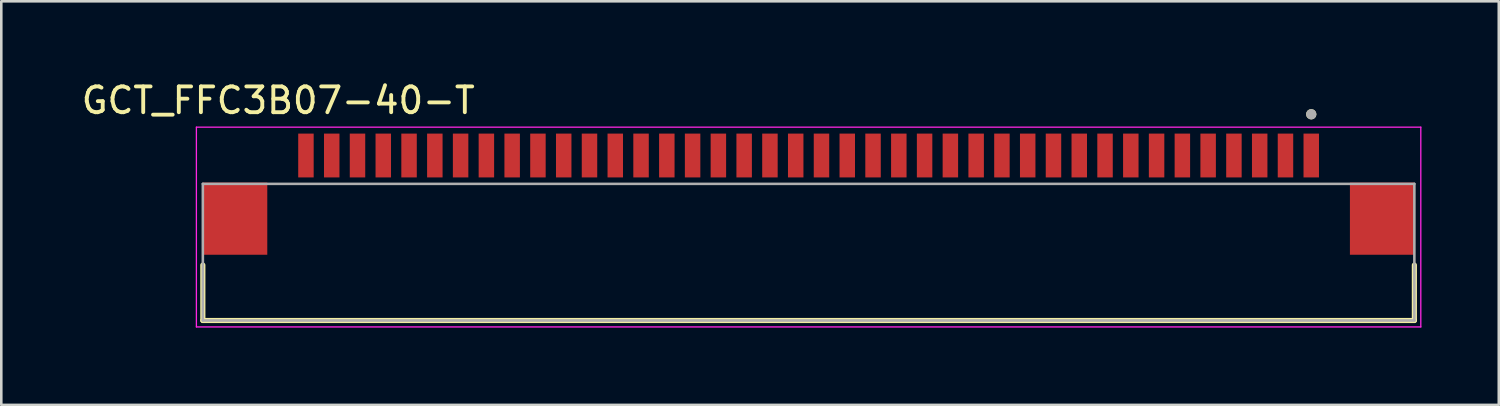
<source format=kicad_pcb>
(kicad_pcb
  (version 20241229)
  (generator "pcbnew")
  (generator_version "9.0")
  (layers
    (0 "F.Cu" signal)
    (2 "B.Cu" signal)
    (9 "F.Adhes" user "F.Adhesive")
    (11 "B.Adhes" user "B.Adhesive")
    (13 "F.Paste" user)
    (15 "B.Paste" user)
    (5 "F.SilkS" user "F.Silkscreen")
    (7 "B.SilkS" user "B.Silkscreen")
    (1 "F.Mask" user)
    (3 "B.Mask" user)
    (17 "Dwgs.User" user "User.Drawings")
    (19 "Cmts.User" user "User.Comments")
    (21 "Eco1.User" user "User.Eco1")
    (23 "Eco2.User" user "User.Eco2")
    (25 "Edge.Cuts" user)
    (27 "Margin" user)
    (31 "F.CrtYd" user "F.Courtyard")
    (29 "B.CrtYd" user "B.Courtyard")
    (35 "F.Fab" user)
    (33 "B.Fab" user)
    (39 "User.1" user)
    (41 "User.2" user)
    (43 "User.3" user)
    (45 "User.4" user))
  (footprint "GCT_FFC3B07-40-T"
    (layer "F.Cu")
    (at 28.319 5.433)
    (property "Reference" "GCT_FFC3B07-40-T" (at -20.575 -4.585 0) (layer "F.SilkS") (effects (font (size 1 1) (thickness 0.15))))
    (attr through_hole)
    (fp_line (start -23.5 1.8) (end -23.5 3.95) (stroke (width 0.2) (type solid)) (layer "F.SilkS"))
    (fp_line (start -23.5 3.95) (end 23.5 3.95) (stroke (width 0.2) (type solid)) (layer "F.SilkS"))
    (fp_line (start 23.5 3.95) (end 23.5 1.8) (stroke (width 0.2) (type solid)) (layer "F.SilkS"))
    (fp_circle (center 19.5 -4.05) (end 19.6 -4.05) (stroke (width 0.2) (type solid)) (fill no) (layer "F.SilkS"))
    (fp_line (start -23.75 -3.55) (end -23.75 4.2) (stroke (width 0.05) (type solid)) (layer "F.CrtYd"))
    (fp_line (start -23.75 4.2) (end 23.75 4.2) (stroke (width 0.05) (type solid)) (layer "F.CrtYd"))
    (fp_line (start 23.75 -3.55) (end -23.75 -3.55) (stroke (width 0.05) (type solid)) (layer "F.CrtYd"))
    (fp_line (start 23.75 4.2) (end 23.75 -3.55) (stroke (width 0.05) (type solid)) (layer "F.CrtYd"))
    (fp_line (start -23.5 -1.35) (end 23.5 -1.35) (stroke (width 0.1) (type solid)) (layer "F.Fab"))
    (fp_line (start -23.5 3.95) (end -23.5 -1.35) (stroke (width 0.1) (type solid)) (layer "F.Fab"))
    (fp_line (start 23.5 -1.35) (end 23.5 3.95) (stroke (width 0.1) (type solid)) (layer "F.Fab"))
    (fp_line (start 23.5 3.95) (end -23.5 3.95) (stroke (width 0.1) (type solid)) (layer "F.Fab"))
    (fp_circle (center 19.5 -4.05) (end 19.6 -4.05) (stroke (width 0.2) (type solid)) (fill no) (layer "F.Fab"))
    (pad "1" smd rect (at 19.5 -2.45) (size 0.6 1.7) (layers "F.Cu" "F.Mask" "F.Paste"))
    (pad "2" smd rect (at 18.5 -2.45) (size 0.6 1.7) (layers "F.Cu" "F.Mask" "F.Paste"))
    (pad "3" smd rect (at 17.5 -2.45) (size 0.6 1.7) (layers "F.Cu" "F.Mask" "F.Paste"))
    (pad "4" smd rect (at 16.5 -2.45) (size 0.6 1.7) (layers "F.Cu" "F.Mask" "F.Paste"))
    (pad "5" smd rect (at 15.5 -2.45) (size 0.6 1.7) (layers "F.Cu" "F.Mask" "F.Paste"))
    (pad "6" smd rect (at 14.5 -2.45) (size 0.6 1.7) (layers "F.Cu" "F.Mask" "F.Paste"))
    (pad "7" smd rect (at 13.5 -2.45) (size 0.6 1.7) (layers "F.Cu" "F.Mask" "F.Paste"))
    (pad "8" smd rect (at 12.5 -2.45) (size 0.6 1.7) (layers "F.Cu" "F.Mask" "F.Paste"))
    (pad "9" smd rect (at 11.5 -2.45) (size 0.6 1.7) (layers "F.Cu" "F.Mask" "F.Paste"))
    (pad "10" smd rect (at 10.5 -2.45) (size 0.6 1.7) (layers "F.Cu" "F.Mask" "F.Paste"))
    (pad "11" smd rect (at 9.5 -2.45) (size 0.6 1.7) (layers "F.Cu" "F.Mask" "F.Paste"))
    (pad "12" smd rect (at 8.5 -2.45) (size 0.6 1.7) (layers "F.Cu" "F.Mask" "F.Paste"))
    (pad "13" smd rect (at 7.5 -2.45) (size 0.6 1.7) (layers "F.Cu" "F.Mask" "F.Paste"))
    (pad "14" smd rect (at 6.5 -2.45) (size 0.6 1.7) (layers "F.Cu" "F.Mask" "F.Paste"))
    (pad "15" smd rect (at 5.5 -2.45) (size 0.6 1.7) (layers "F.Cu" "F.Mask" "F.Paste"))
    (pad "16" smd rect (at 4.5 -2.45) (size 0.6 1.7) (layers "F.Cu" "F.Mask" "F.Paste"))
    (pad "17" smd rect (at 3.5 -2.45) (size 0.6 1.7) (layers "F.Cu" "F.Mask" "F.Paste"))
    (pad "18" smd rect (at 2.5 -2.45) (size 0.6 1.7) (layers "F.Cu" "F.Mask" "F.Paste"))
    (pad "19" smd rect (at 1.5 -2.45) (size 0.6 1.7) (layers "F.Cu" "F.Mask" "F.Paste"))
    (pad "20" smd rect (at 0.5 -2.45) (size 0.6 1.7) (layers "F.Cu" "F.Mask" "F.Paste"))
    (pad "21" smd rect (at -0.5 -2.45) (size 0.6 1.7) (layers "F.Cu" "F.Mask" "F.Paste"))
    (pad "22" smd rect (at -1.5 -2.45) (size 0.6 1.7) (layers "F.Cu" "F.Mask" "F.Paste"))
    (pad "23" smd rect (at -2.5 -2.45) (size 0.6 1.7) (layers "F.Cu" "F.Mask" "F.Paste"))
    (pad "24" smd rect (at -3.5 -2.45) (size 0.6 1.7) (layers "F.Cu" "F.Mask" "F.Paste"))
    (pad "25" smd rect (at -4.5 -2.45) (size 0.6 1.7) (layers "F.Cu" "F.Mask" "F.Paste"))
    (pad "26" smd rect (at -5.5 -2.45) (size 0.6 1.7) (layers "F.Cu" "F.Mask" "F.Paste"))
    (pad "27" smd rect (at -6.5 -2.45) (size 0.6 1.7) (layers "F.Cu" "F.Mask" "F.Paste"))
    (pad "28" smd rect (at -7.5 -2.45) (size 0.6 1.7) (layers "F.Cu" "F.Mask" "F.Paste"))
    (pad "29" smd rect (at -8.5 -2.45) (size 0.6 1.7) (layers "F.Cu" "F.Mask" "F.Paste"))
    (pad "30" smd rect (at -9.5 -2.45) (size 0.6 1.7) (layers "F.Cu" "F.Mask" "F.Paste"))
    (pad "31" smd rect (at -10.5 -2.45) (size 0.6 1.7) (layers "F.Cu" "F.Mask" "F.Paste"))
    (pad "32" smd rect (at -11.5 -2.45) (size 0.6 1.7) (layers "F.Cu" "F.Mask" "F.Paste"))
    (pad "33" smd rect (at -12.5 -2.45) (size 0.6 1.7) (layers "F.Cu" "F.Mask" "F.Paste"))
    (pad "34" smd rect (at -13.5 -2.45) (size 0.6 1.7) (layers "F.Cu" "F.Mask" "F.Paste"))
    (pad "35" smd rect (at -14.5 -2.45) (size 0.6 1.7) (layers "F.Cu" "F.Mask" "F.Paste"))
    (pad "36" smd rect (at -15.5 -2.45) (size 0.6 1.7) (layers "F.Cu" "F.Mask" "F.Paste"))
    (pad "37" smd rect (at -16.5 -2.45) (size 0.6 1.7) (layers "F.Cu" "F.Mask" "F.Paste"))
    (pad "38" smd rect (at -17.5 -2.45) (size 0.6 1.7) (layers "F.Cu" "F.Mask" "F.Paste"))
    (pad "39" smd rect (at -18.5 -2.45) (size 0.6 1.7) (layers "F.Cu" "F.Mask" "F.Paste"))
    (pad "40" smd rect (at -19.5 -2.45) (size 0.6 1.7) (layers "F.Cu" "F.Mask" "F.Paste"))
    (pad "S1" smd rect (at 22.25 0) (size 2.5 2.8) (layers "F.Cu" "F.Mask" "F.Paste"))
    (pad "S2" smd rect (at -22.25 0) (size 2.5 2.8) (layers "F.Cu" "F.Mask" "F.Paste")))
  (gr_rect
    (start -3 -3)
    (end 55.094 12.658)
    (stroke (width 0.1) (type default))
    (fill no)
    (layer "Edge.Cuts")))
</source>
